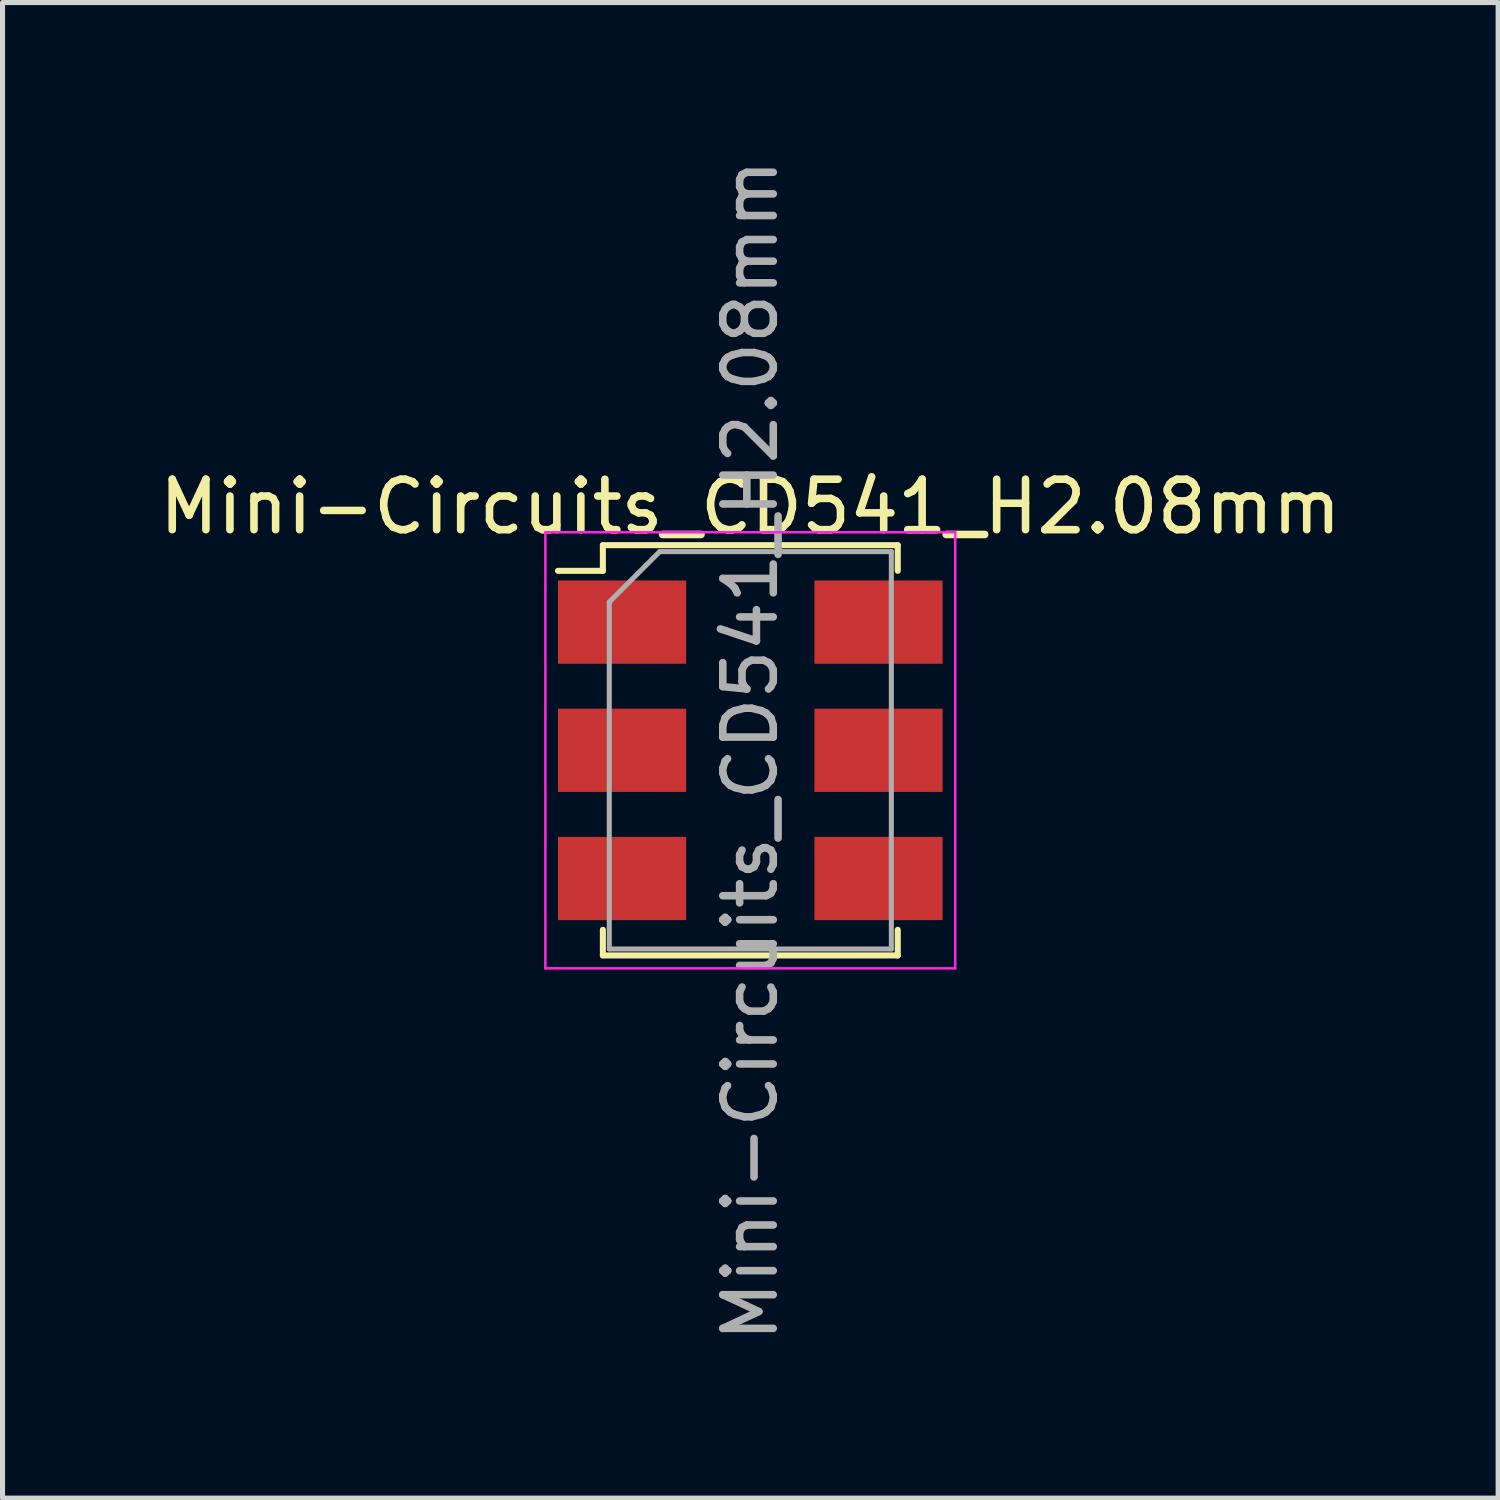
<source format=kicad_pcb>
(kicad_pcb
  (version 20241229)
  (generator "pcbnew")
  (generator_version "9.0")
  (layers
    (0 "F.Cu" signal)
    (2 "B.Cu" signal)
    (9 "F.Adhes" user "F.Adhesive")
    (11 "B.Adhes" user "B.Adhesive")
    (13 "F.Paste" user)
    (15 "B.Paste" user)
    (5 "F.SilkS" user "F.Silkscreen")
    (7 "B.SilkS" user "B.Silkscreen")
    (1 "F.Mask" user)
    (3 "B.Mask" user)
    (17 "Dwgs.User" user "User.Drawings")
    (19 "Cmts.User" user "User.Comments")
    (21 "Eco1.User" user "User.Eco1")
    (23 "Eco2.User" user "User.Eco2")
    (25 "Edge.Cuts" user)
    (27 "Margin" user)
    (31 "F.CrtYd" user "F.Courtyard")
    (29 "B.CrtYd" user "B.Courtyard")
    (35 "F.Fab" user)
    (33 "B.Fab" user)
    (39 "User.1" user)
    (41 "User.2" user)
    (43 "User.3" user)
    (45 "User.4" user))
  (footprint "Mini-Circuits_CD541_H2.08mm"
    (layer "F.Cu")
    (at 11.815 11.815)
    (property "Reference" "Mini-Circuits_CD541_H2.08mm" (at 0 -4.826 0) (layer "F.SilkS") (effects (font (size 1 1) (thickness 0.15))))
    (attr smd)
    (fp_line (start -2.921 -4.064) (end -2.921 -3.556) (stroke (width 0.12) (type solid)) (layer "F.SilkS"))
    (fp_line (start -2.921 -3.556) (end -3.81 -3.556) (stroke (width 0.12) (type solid)) (layer "F.SilkS"))
    (fp_line (start -2.921 3.556) (end -2.921 4.064) (stroke (width 0.12) (type solid)) (layer "F.SilkS"))
    (fp_line (start -2.921 4.064) (end 2.921 4.064) (stroke (width 0.12) (type solid)) (layer "F.SilkS"))
    (fp_line (start 2.921 -4.064) (end -2.921 -4.064) (stroke (width 0.12) (type solid)) (layer "F.SilkS"))
    (fp_line (start 2.921 -3.556) (end 2.921 -4.064) (stroke (width 0.12) (type solid)) (layer "F.SilkS"))
    (fp_line (start 2.921 4.064) (end 2.921 3.556) (stroke (width 0.12) (type solid)) (layer "F.SilkS"))
    (fp_line (start -4.06 4.32) (end -4.06 -4.32) (stroke (width 0.05) (type solid)) (layer "F.CrtYd"))
    (fp_line (start 4.06 -4.32) (end -4.06 -4.32) (stroke (width 0.05) (type solid)) (layer "F.CrtYd"))
    (fp_line (start 4.06 4.32) (end -4.06 4.32) (stroke (width 0.05) (type solid)) (layer "F.CrtYd"))
    (fp_line (start 4.06 4.32) (end 4.06 -4.32) (stroke (width 0.05) (type solid)) (layer "F.CrtYd"))
    (fp_line (start -2.794 3.937) (end -2.794 -2.937) (stroke (width 0.1) (type solid)) (layer "F.Fab"))
    (fp_line (start -1.794 -3.937) (end -2.794 -2.937) (stroke (width 0.1) (type solid)) (layer "F.Fab"))
    (fp_line (start -1.794 -3.937) (end 2.794 -3.937) (stroke (width 0.1) (type solid)) (layer "F.Fab"))
    (fp_line (start 2.794 -3.937) (end 2.794 3.937) (stroke (width 0.1) (type solid)) (layer "F.Fab"))
    (fp_line (start 2.794 3.937) (end -2.794 3.937) (stroke (width 0.1) (type solid)) (layer "F.Fab"))
    (fp_text user "${REFERENCE}" (at 0 0 90) (layer "F.Fab") (effects (font (size 1 1) (thickness 0.15))))
    (pad "1" smd rect (at -2.54 -2.54) (size 2.54 1.65) (layers "F.Cu" "F.Mask" "F.Paste"))
    (pad "2" smd rect (at -2.54 0) (size 2.54 1.65) (layers "F.Cu" "F.Mask" "F.Paste"))
    (pad "3" smd rect (at -2.54 2.54) (size 2.54 1.65) (layers "F.Cu" "F.Mask" "F.Paste"))
    (pad "4" smd rect (at 2.54 2.54) (size 2.54 1.65) (layers "F.Cu" "F.Mask" "F.Paste"))
    (pad "5" smd rect (at 2.54 0) (size 2.54 1.65) (layers "F.Cu" "F.Mask" "F.Paste"))
    (pad "6" smd rect (at 2.54 -2.54) (size 2.54 1.65) (layers "F.Cu" "F.Mask" "F.Paste")))
  (gr_rect
    (start -3 -3)
    (end 26.631 26.631)
    (stroke (width 0.1) (type default))
    (fill no)
    (layer "Edge.Cuts")))
</source>
